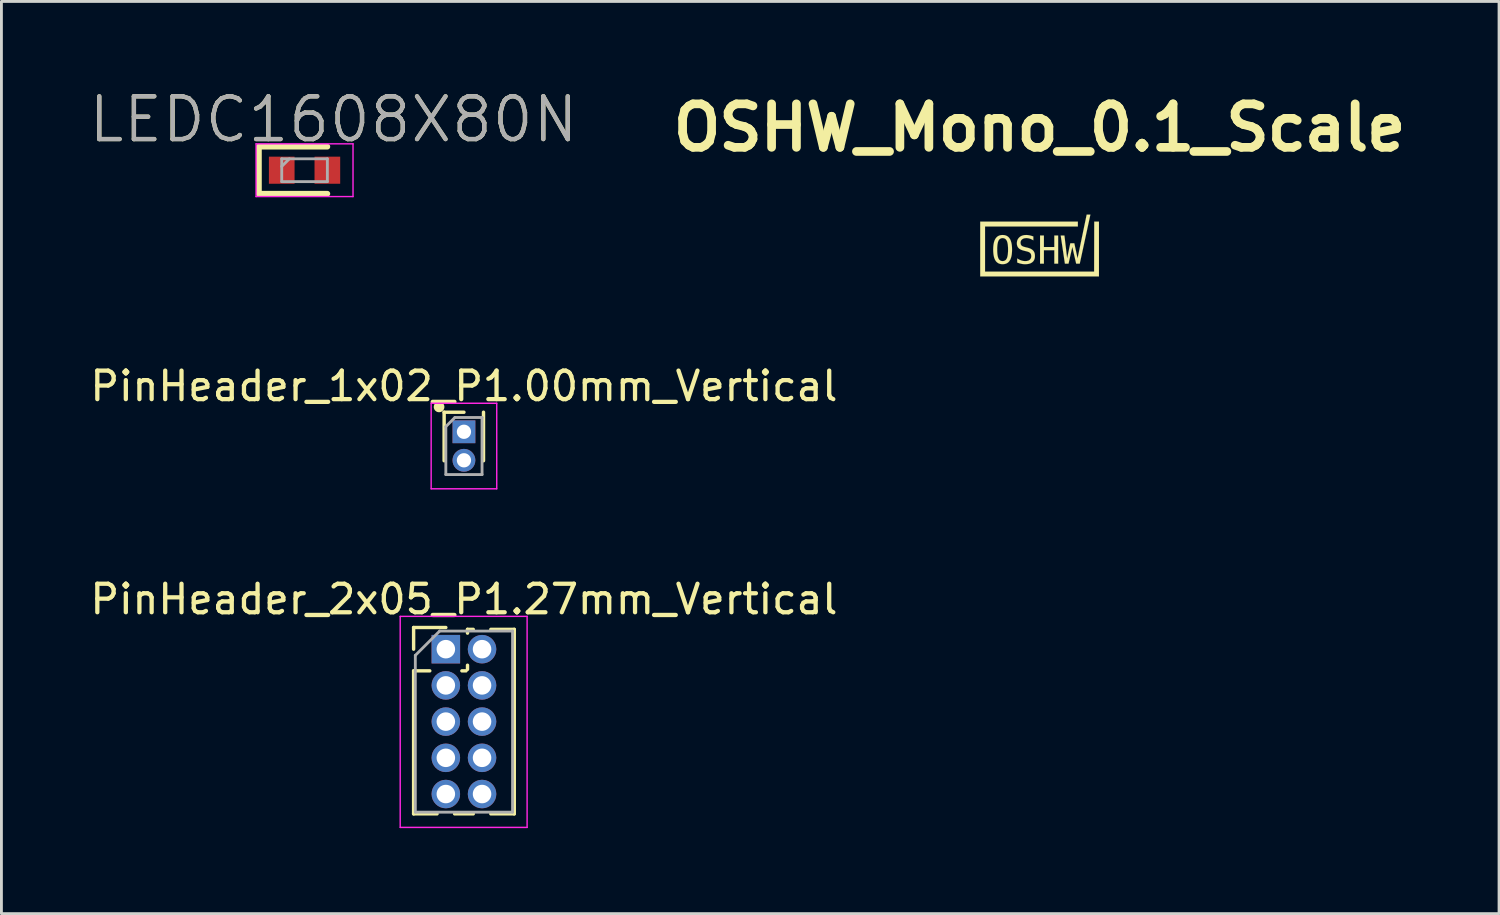
<source format=kicad_pcb>
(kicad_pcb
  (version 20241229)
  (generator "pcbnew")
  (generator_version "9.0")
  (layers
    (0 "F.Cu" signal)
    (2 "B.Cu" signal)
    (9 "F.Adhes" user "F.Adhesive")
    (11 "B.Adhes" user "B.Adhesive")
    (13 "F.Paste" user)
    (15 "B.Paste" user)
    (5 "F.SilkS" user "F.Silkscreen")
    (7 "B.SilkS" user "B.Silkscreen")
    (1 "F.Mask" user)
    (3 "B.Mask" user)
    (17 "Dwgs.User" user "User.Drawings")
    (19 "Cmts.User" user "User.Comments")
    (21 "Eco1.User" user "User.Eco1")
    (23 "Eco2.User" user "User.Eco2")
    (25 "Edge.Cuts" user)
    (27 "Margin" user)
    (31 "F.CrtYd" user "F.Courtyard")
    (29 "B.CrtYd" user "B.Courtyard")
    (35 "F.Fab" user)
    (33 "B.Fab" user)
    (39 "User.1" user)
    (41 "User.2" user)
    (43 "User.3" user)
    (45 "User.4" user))
  (footprint "PinHeader_2x05_P1.27mm_Vertical"
    (layer "F.Cu")
    (at 12.585 19.716)
    (property "Reference" "PinHeader_2x05_P1.27mm_Vertical" (at 0.635 -1.75 0) (layer "F.SilkS") (effects (font (size 1 1) (thickness 0.15))))
    (attr through_hole)
    (fp_line (start -1.13 -0.76) (end 0 -0.76) (stroke (width 0.12) (type solid)) (layer "F.SilkS"))
    (fp_line (start -1.13 0) (end -1.13 -0.76) (stroke (width 0.12) (type solid)) (layer "F.SilkS"))
    (fp_line (start -1.13 0.76) (end -1.13 5.775) (stroke (width 0.12) (type solid)) (layer "F.SilkS"))
    (fp_line (start -1.13 0.76) (end -0.563 0.76) (stroke (width 0.12) (type solid)) (layer "F.SilkS"))
    (fp_line (start -1.13 5.775) (end -0.308 5.775) (stroke (width 0.12) (type solid)) (layer "F.SilkS"))
    (fp_line (start 0.308 5.775) (end 0.962 5.775) (stroke (width 0.12) (type solid)) (layer "F.SilkS"))
    (fp_line (start 0.563 0.76) (end 0.707 0.76) (stroke (width 0.12) (type solid)) (layer "F.SilkS"))
    (fp_line (start 0.76 -0.695) (end 0.962 -0.695) (stroke (width 0.12) (type solid)) (layer "F.SilkS"))
    (fp_line (start 0.76 -0.563) (end 0.76 -0.695) (stroke (width 0.12) (type solid)) (layer "F.SilkS"))
    (fp_line (start 0.76 0.707) (end 0.76 0.563) (stroke (width 0.12) (type solid)) (layer "F.SilkS"))
    (fp_line (start 1.578 -0.695) (end 2.4 -0.695) (stroke (width 0.12) (type solid)) (layer "F.SilkS"))
    (fp_line (start 1.578 5.775) (end 2.4 5.775) (stroke (width 0.12) (type solid)) (layer "F.SilkS"))
    (fp_line (start 2.4 -0.695) (end 2.4 5.775) (stroke (width 0.12) (type solid)) (layer "F.SilkS"))
    (fp_line (start -1.6 -1.15) (end -1.6 6.25) (stroke (width 0.05) (type solid)) (layer "F.CrtYd"))
    (fp_line (start -1.6 6.25) (end 2.85 6.25) (stroke (width 0.05) (type solid)) (layer "F.CrtYd"))
    (fp_line (start 2.85 -1.15) (end -1.6 -1.15) (stroke (width 0.05) (type solid)) (layer "F.CrtYd"))
    (fp_line (start 2.85 6.25) (end 2.85 -1.15) (stroke (width 0.05) (type solid)) (layer "F.CrtYd"))
    (fp_line (start -1.07 0.217) (end -0.217 -0.635) (stroke (width 0.1) (type solid)) (layer "F.Fab"))
    (fp_line (start -1.07 5.715) (end -1.07 0.217) (stroke (width 0.1) (type solid)) (layer "F.Fab"))
    (fp_line (start -0.217 -0.635) (end 2.34 -0.635) (stroke (width 0.1) (type solid)) (layer "F.Fab"))
    (fp_line (start 2.34 -0.635) (end 2.34 5.715) (stroke (width 0.1) (type solid)) (layer "F.Fab"))
    (fp_line (start 2.34 5.715) (end -1.07 5.715) (stroke (width 0.1) (type solid)) (layer "F.Fab"))
    (pad "1" thru_hole rect (at 0 0) (size 1 1) (drill 0.65) (layers "*.Cu" "*.Mask"))
    (pad "2" thru_hole oval (at 1.27 0) (size 1 1) (drill 0.65) (layers "*.Cu" "*.Mask"))
    (pad "3" thru_hole oval (at 0 1.27) (size 1 1) (drill 0.65) (layers "*.Cu" "*.Mask"))
    (pad "4" thru_hole oval (at 1.27 1.27) (size 1 1) (drill 0.65) (layers "*.Cu" "*.Mask"))
    (pad "5" thru_hole oval (at 0 2.54) (size 1 1) (drill 0.65) (layers "*.Cu" "*.Mask"))
    (pad "6" thru_hole oval (at 1.27 2.54) (size 1 1) (drill 0.65) (layers "*.Cu" "*.Mask"))
    (pad "7" thru_hole oval (at 0 3.81) (size 1 1) (drill 0.65) (layers "*.Cu" "*.Mask"))
    (pad "8" thru_hole oval (at 1.27 3.81) (size 1 1) (drill 0.65) (layers "*.Cu" "*.Mask"))
    (pad "9" thru_hole oval (at 0 5.08) (size 1 1) (drill 0.65) (layers "*.Cu" "*.Mask"))
    (pad "10" thru_hole oval (at 1.27 5.08) (size 1 1) (drill 0.65) (layers "*.Cu" "*.Mask")))
  (footprint "OSHW_Mono_0.1_Scale"
    (layer "F.Cu")
    (at 33.407 5.559)
    (property "Reference" "OSHW_Mono_0.1_Scale" (at 0 -4.132 0) (layer "F.SilkS") (effects (font (size 1.524 1.524) (thickness 0.305))))
    (attr through_hole board_only exclude_from_pos_files exclude_from_bom allow_missing_courtyard)
    (fp_poly (pts (xy 0.017 -0.35) (xy 0.151 -0.35) (xy 0.151 0.054) (xy 0.517 0.054) (xy 0.517 -0.35) (xy 0.651 -0.35) (xy 0.651 0.637) (xy 0.517 0.637) (xy 0.517 0.167) (xy 0.151 0.167) (xy 0.151 0.637) (xy 0.017 0.637) (xy 0.017 -0.35)) (stroke (width 0.003) (type solid)) (fill yes) (layer "F.SilkS"))
    (fp_poly (pts (xy 0.741 -0.35) (xy 0.871 -0.35) (xy 0.966 0.451) (xy 1.078 -0.079) (xy 1.218 -0.079) (xy 1.332 0.453) (xy 1.652 -1.084) (xy 1.782 -1.084) (xy 1.409 0.637) (xy 1.283 0.637) (xy 1.148 0.05) (xy 1.015 0.637) (xy 0.888 0.637) (xy 0.741 -0.35)) (stroke (width 0.003) (type solid)) (fill yes) (layer "F.SilkS"))
    (fp_poly (pts (xy -2.082 -0.837) (xy -2.082 -0.752) (xy -2.082 0.999) (xy -2.082 1.084) (xy -1.998 1.084) (xy 1.998 1.084) (xy 2.082 1.084) (xy 2.082 0.999) (xy 2.082 -0.837) (xy 1.917 -0.837) (xy 1.913 0.915) (xy -1.913 0.915) (xy -1.913 -0.667) (xy 1.342 -0.667) (xy 1.342 -0.837) (xy -1.998 -0.837) (xy -2.082 -0.837)) (stroke (width 0.003) (type solid)) (fill yes) (layer "F.SilkS"))
    (fp_poly (pts (xy -0.219 -0.317) (xy -0.219 -0.181) (xy -0.26 -0.205) (xy -0.301 -0.225) (xy -0.342 -0.24) (xy -0.383 -0.251) (xy -0.424 -0.258) (xy -0.465 -0.26) (xy -0.524 -0.255) (xy -0.573 -0.24) (xy -0.614 -0.215) (xy -0.645 -0.183) (xy -0.663 -0.143) (xy -0.669 -0.097) (xy -0.66 -0.039) (xy -0.634 0.003) (xy -0.602 0.025) (xy -0.557 0.044) (xy -0.499 0.06) (xy -0.429 0.076) (xy -0.376 0.091) (xy -0.329 0.108) (xy -0.289 0.128) (xy -0.255 0.152) (xy -0.226 0.178) (xy -0.198 0.216) (xy -0.178 0.26) (xy -0.167 0.311) (xy -0.163 0.367) (xy -0.166 0.421) (xy -0.177 0.469) (xy -0.194 0.512) (xy -0.218 0.55) (xy -0.25 0.582) (xy -0.288 0.609) (xy -0.332 0.63) (xy -0.383 0.645) (xy -0.44 0.653) (xy -0.504 0.656) (xy -0.55 0.655) (xy -0.597 0.65) (xy -0.643 0.641) (xy -0.69 0.63) (xy -0.737 0.615) (xy -0.784 0.597) (xy -0.784 0.455) (xy -0.735 0.484) (xy -0.687 0.508) (xy -0.641 0.525) (xy -0.595 0.538) (xy -0.55 0.545) (xy -0.504 0.548) (xy -0.456 0.545) (xy -0.414 0.537) (xy -0.377 0.523) (xy -0.346 0.503) (xy -0.315 0.469) (xy -0.297 0.426) (xy -0.29 0.376) (xy -0.295 0.33) (xy -0.308 0.293) (xy -0.329 0.263) (xy -0.361 0.239) (xy -0.406 0.219) (xy -0.464 0.203) (xy -0.535 0.186) (xy -0.587 0.172) (xy -0.633 0.156) (xy -0.673 0.137) (xy -0.707 0.116) (xy -0.735 0.092) (xy -0.762 0.058) (xy -0.781 0.019) (xy -0.793 -0.026) (xy -0.797 -0.077) (xy -0.793 -0.127) (xy -0.783 -0.174) (xy -0.765 -0.216) (xy -0.74 -0.254) (xy -0.708 -0.288) (xy -0.67 -0.317) (xy -0.628 -0.339) (xy -0.58 -0.355) (xy -0.528 -0.365) (xy -0.472 -0.368) (xy -0.433 -0.367) (xy -0.393 -0.362) (xy -0.352 -0.355) (xy -0.309 -0.345) (xy -0.265 -0.332) (xy -0.219 -0.317)) (stroke (width 0.003) (type solid)) (fill yes) (layer "F.SilkS"))
    (fp_poly (pts (xy -1.105 0.144) (xy -0.966 0.144) (xy -0.967 0.207) (xy -0.971 0.265) (xy -0.977 0.319) (xy -0.986 0.37) (xy -0.998 0.416) (xy -1.012 0.458) (xy -1.028 0.496) (xy -1.048 0.529) (xy -1.077 0.568) (xy -1.111 0.6) (xy -1.15 0.625) (xy -1.194 0.642) (xy -1.243 0.653) (xy -1.296 0.656) (xy -1.35 0.653) (xy -1.398 0.642) (xy -1.442 0.625) (xy -1.481 0.6) (xy -1.516 0.569) (xy -1.545 0.53) (xy -1.564 0.496) (xy -1.581 0.459) (xy -1.595 0.417) (xy -1.606 0.37) (xy -1.615 0.32) (xy -1.621 0.266) (xy -1.625 0.207) (xy -1.626 0.144) (xy -1.625 0.082) (xy -1.621 0.023) (xy -1.615 -0.031) (xy -1.606 -0.081) (xy -1.595 -0.127) (xy -1.581 -0.17) (xy -1.564 -0.207) (xy -1.545 -0.241) (xy -1.515 -0.28) (xy -1.481 -0.312) (xy -1.442 -0.336) (xy -1.398 -0.354) (xy -1.35 -0.365) (xy -1.296 -0.368) (xy -1.243 -0.365) (xy -1.194 -0.354) (xy -1.15 -0.336) (xy -1.111 -0.312) (xy -1.077 -0.28) (xy -1.048 -0.241) (xy -1.028 -0.207) (xy -1.012 -0.17) (xy -0.998 -0.127) (xy -0.986 -0.081) (xy -0.977 -0.031) (xy -0.971 0.023) (xy -0.967 0.082) (xy -0.966 0.144) (xy -1.105 0.144) (xy -1.106 0.075) (xy -1.11 0.013) (xy -1.116 -0.042) (xy -1.125 -0.09) (xy -1.136 -0.132) (xy -1.15 -0.166) (xy -1.176 -0.207) (xy -1.209 -0.236) (xy -1.249 -0.254) (xy -1.296 -0.26) (xy -1.343 -0.254) (xy -1.383 -0.236) (xy -1.417 -0.207) (xy -1.443 -0.166) (xy -1.456 -0.132) (xy -1.467 -0.09) (xy -1.476 -0.042) (xy -1.482 0.013) (xy -1.486 0.075) (xy -1.487 0.144) (xy -1.486 0.213) (xy -1.482 0.275) (xy -1.476 0.33) (xy -1.467 0.379) (xy -1.456 0.42) (xy -1.443 0.455) (xy -1.417 0.495) (xy -1.383 0.525) (xy -1.343 0.542) (xy -1.296 0.548) (xy -1.249 0.542) (xy -1.209 0.525) (xy -1.176 0.496) (xy -1.15 0.455) (xy -1.136 0.421) (xy -1.125 0.379) (xy -1.116 0.331) (xy -1.11 0.276) (xy -1.106 0.213) (xy -1.105 0.144)) (stroke (width 0.003) (type solid)) (fill yes) (layer "F.SilkS")))
  (footprint "LEDC1608X80N"
    (layer "F.Cu")
    (at 7.63 2.919)
    (property "Reference" "LEDC1608X80N" (at 1.016 -1.778 0) (layer "F.SilkS") (effects (font (size 1.5 1.5) (thickness 0.15))))
    (attr smd)
    (fp_line (start -1.6 -0.825) (end -1.6 0.825) (stroke (width 0.2) (type solid)) (layer "F.SilkS"))
    (fp_line (start -1.6 0.825) (end 0.8 0.825) (stroke (width 0.2) (type solid)) (layer "F.SilkS"))
    (fp_line (start 0.8 -0.825) (end -1.6 -0.825) (stroke (width 0.2) (type solid)) (layer "F.SilkS"))
    (fp_line (start -1.7 -0.925) (end 1.7 -0.925) (stroke (width 0.05) (type solid)) (layer "F.CrtYd"))
    (fp_line (start -1.7 0.925) (end -1.7 -0.925) (stroke (width 0.05) (type solid)) (layer "F.CrtYd"))
    (fp_line (start 1.7 -0.925) (end 1.7 0.925) (stroke (width 0.05) (type solid)) (layer "F.CrtYd"))
    (fp_line (start 1.7 0.925) (end -1.7 0.925) (stroke (width 0.05) (type solid)) (layer "F.CrtYd"))
    (fp_line (start -0.8 -0.4) (end 0.8 -0.4) (stroke (width 0.1) (type solid)) (layer "F.Fab"))
    (fp_line (start -0.8 -0.133) (end -0.533 -0.4) (stroke (width 0.1) (type solid)) (layer "F.Fab"))
    (fp_line (start -0.8 0.4) (end -0.8 -0.4) (stroke (width 0.1) (type solid)) (layer "F.Fab"))
    (fp_line (start 0.8 -0.4) (end 0.8 0.4) (stroke (width 0.1) (type solid)) (layer "F.Fab"))
    (fp_line (start 0.8 0.4) (end -0.8 0.4) (stroke (width 0.1) (type solid)) (layer "F.Fab"))
    (fp_text user "${REFERENCE}" (at 1.016 -1.778 0) (layer "F.Fab") (effects (font (size 1.5 1.5) (thickness 0.15))))
    (pad "1" smd rect (at -0.8 0) (size 0.9 0.95) (layers "F.Cu" "F.Mask" "F.Paste"))
    (pad "2" smd rect (at 0.8 0) (size 0.9 0.95) (layers "F.Cu" "F.Mask" "F.Paste")))
  (footprint "PinHeader_1x02_P1.00mm_Vertical"
    (layer "F.Cu")
    (at 13.22 12.092)
    (property "Reference" "PinHeader_1x02_P1.00mm_Vertical" (at 0 -1.6 0) (layer "F.SilkS") (effects (font (size 1 1) (thickness 0.15))))
    (attr through_hole)
    (fp_line (start -0.695 -0.685) (end 0 -0.685) (stroke (width 0.12) (type solid)) (layer "F.SilkS"))
    (fp_line (start -0.695 1.016) (end -0.695 -0.685) (stroke (width 0.12) (type solid)) (layer "F.SilkS"))
    (fp_line (start 0.686 -0.686) (end 0.686 1.016) (stroke (width 0.12) (type solid)) (layer "F.SilkS"))
    (fp_circle (center -0.872 -0.872) (end -0.745 -0.872) (stroke (width 0.12) (type solid)) (fill yes) (layer "F.SilkS"))
    (fp_line (start -1.15 -1) (end -1.15 2) (stroke (width 0.05) (type solid)) (layer "F.CrtYd"))
    (fp_line (start -1.15 2) (end 1.15 2) (stroke (width 0.05) (type solid)) (layer "F.CrtYd"))
    (fp_line (start 1.15 -1) (end -1.15 -1) (stroke (width 0.05) (type solid)) (layer "F.CrtYd"))
    (fp_line (start 1.15 2) (end 1.15 -1) (stroke (width 0.05) (type solid)) (layer "F.CrtYd"))
    (fp_line (start -0.635 -0.182) (end -0.318 -0.5) (stroke (width 0.1) (type solid)) (layer "F.Fab"))
    (fp_line (start -0.635 1.5) (end -0.635 -0.182) (stroke (width 0.1) (type solid)) (layer "F.Fab"))
    (fp_line (start -0.318 -0.5) (end 0.635 -0.5) (stroke (width 0.1) (type solid)) (layer "F.Fab"))
    (fp_line (start 0.635 -0.5) (end 0.635 1.5) (stroke (width 0.1) (type solid)) (layer "F.Fab"))
    (fp_line (start 0.635 1.5) (end -0.635 1.5) (stroke (width 0.1) (type solid)) (layer "F.Fab"))
    (pad "1" thru_hole rect (at 0 0) (size 0.8 0.8) (drill 0.5) (layers "*.Cu" "*.Mask"))
    (pad "2" thru_hole circle (at 0 1) (size 0.8 0.8) (drill 0.5) (layers "*.Cu" "*.Mask")))
  (gr_rect
    (start -3 -3)
    (end 49.52 28.991)
    (stroke (width 0.1) (type default))
    (fill no)
    (layer "Edge.Cuts")))
</source>
